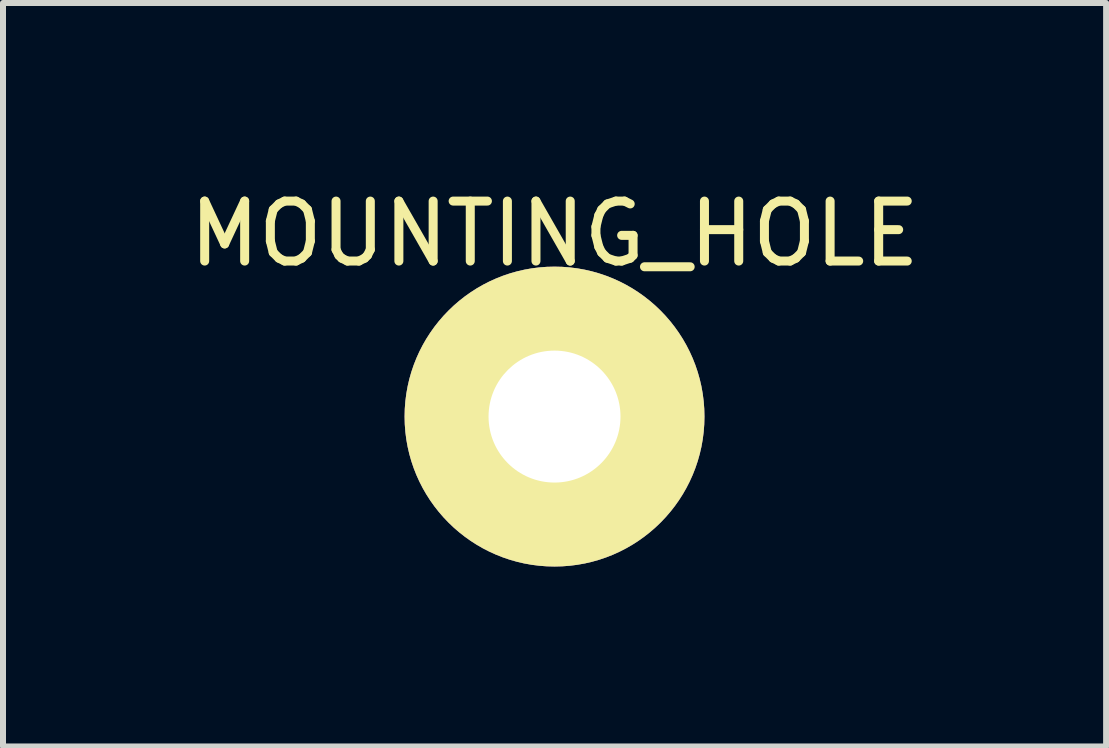
<source format=kicad_pcb>
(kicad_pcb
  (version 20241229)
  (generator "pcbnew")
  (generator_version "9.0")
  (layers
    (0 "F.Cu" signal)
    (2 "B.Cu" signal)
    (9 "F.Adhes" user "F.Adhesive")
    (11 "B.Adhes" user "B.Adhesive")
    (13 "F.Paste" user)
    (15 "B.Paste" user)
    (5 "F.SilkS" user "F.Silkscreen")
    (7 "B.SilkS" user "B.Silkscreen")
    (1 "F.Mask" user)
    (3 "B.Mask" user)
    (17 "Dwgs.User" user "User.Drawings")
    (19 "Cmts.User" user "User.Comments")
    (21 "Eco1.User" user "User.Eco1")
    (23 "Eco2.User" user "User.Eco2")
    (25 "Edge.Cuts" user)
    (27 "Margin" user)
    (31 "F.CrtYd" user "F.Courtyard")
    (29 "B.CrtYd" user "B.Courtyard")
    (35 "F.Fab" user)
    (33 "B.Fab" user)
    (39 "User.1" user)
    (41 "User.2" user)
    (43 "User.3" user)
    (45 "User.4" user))
  (footprint "MOUNTING_HOLE"
    (layer "F.Cu")
    (at 6.196 3.896)
    (property "Reference" "MOUNTING_HOLE" (at 0 -3.048 0) (layer "F.SilkS") (effects (font (size 1 1) (thickness 0.15))))
    (attr through_hole)
    (fp_circle (center 0 0) (end 0 -2.286) (stroke (width 0.15) (type solid)) (fill no) (layer "F.SilkS"))
    (pad "1" thru_hole circle (at 0 0) (size 5 5) (drill 2.2) (layers "*.Cu" "*.Mask" "F.SilkS")))
  (gr_rect
    (start -3 -3)
    (end 15.393 9.396)
    (stroke (width 0.1) (type default))
    (fill no)
    (layer "Edge.Cuts")))
</source>
